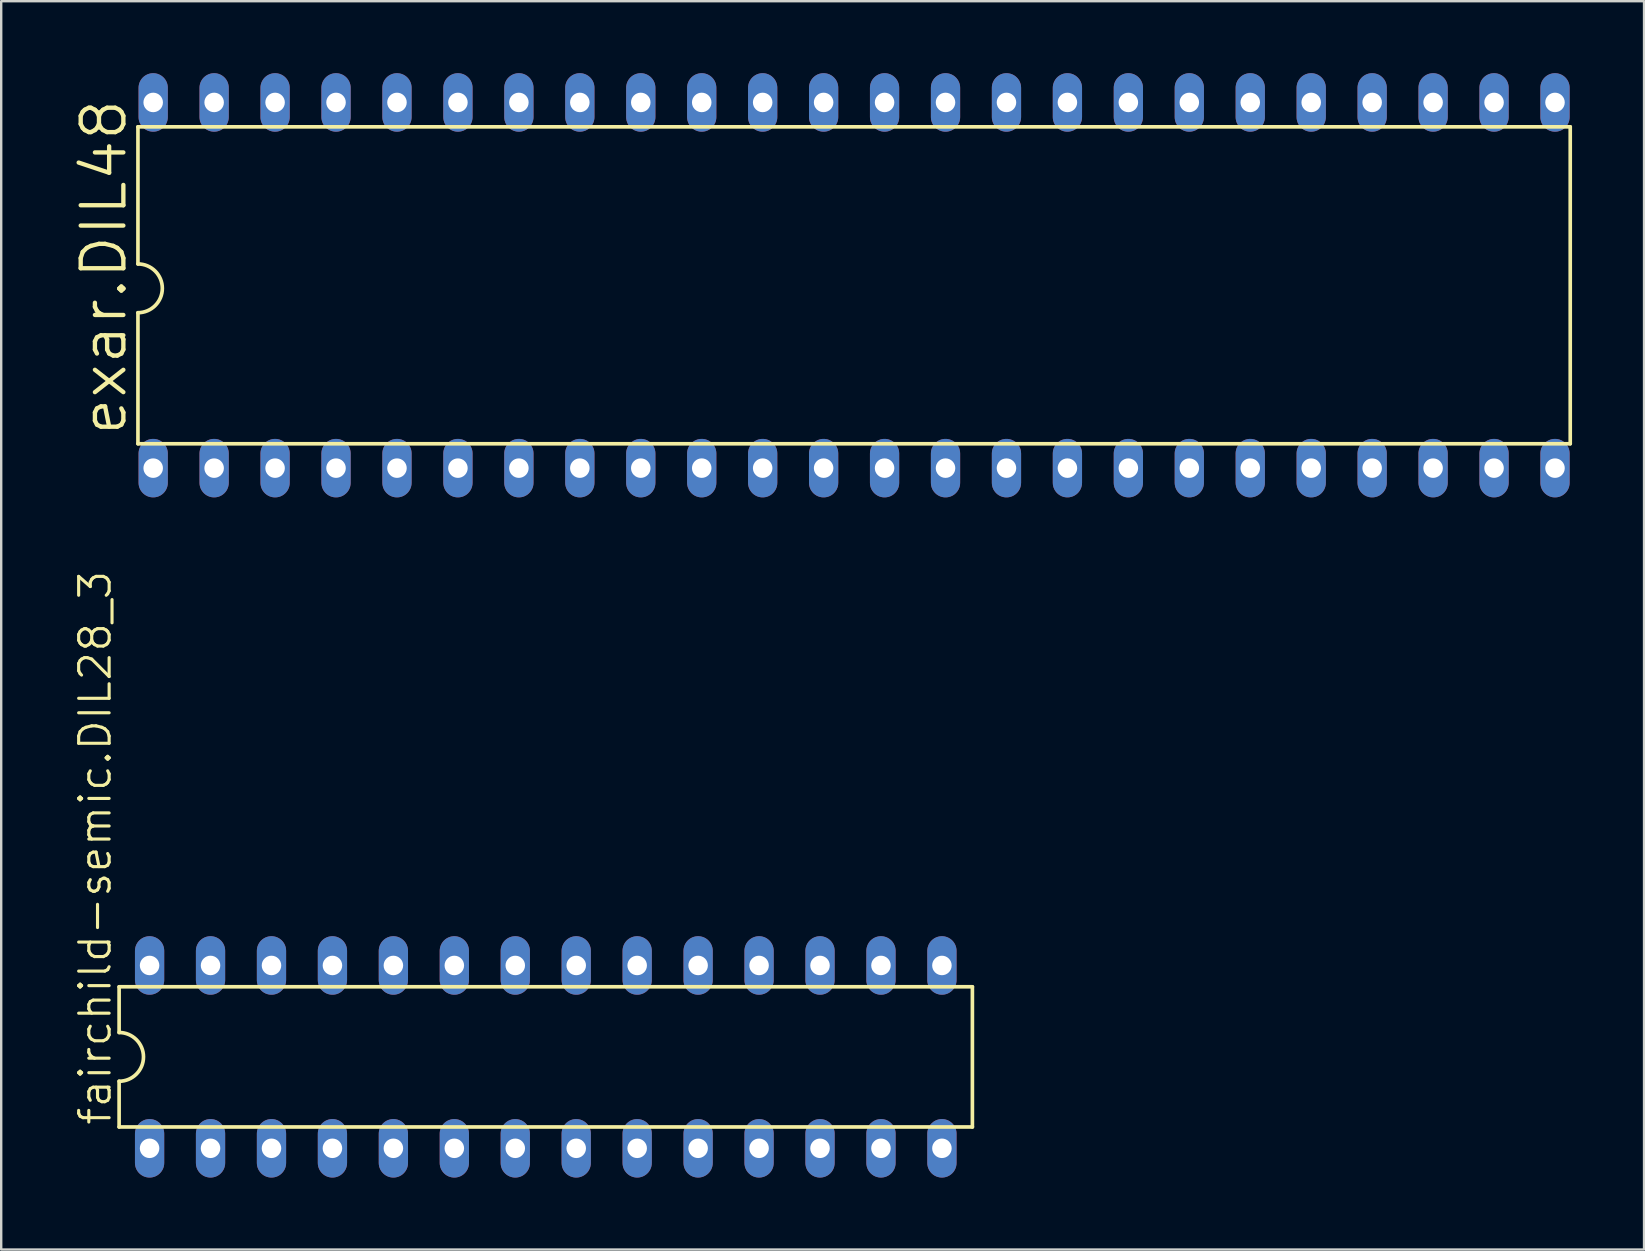
<source format=kicad_pcb>
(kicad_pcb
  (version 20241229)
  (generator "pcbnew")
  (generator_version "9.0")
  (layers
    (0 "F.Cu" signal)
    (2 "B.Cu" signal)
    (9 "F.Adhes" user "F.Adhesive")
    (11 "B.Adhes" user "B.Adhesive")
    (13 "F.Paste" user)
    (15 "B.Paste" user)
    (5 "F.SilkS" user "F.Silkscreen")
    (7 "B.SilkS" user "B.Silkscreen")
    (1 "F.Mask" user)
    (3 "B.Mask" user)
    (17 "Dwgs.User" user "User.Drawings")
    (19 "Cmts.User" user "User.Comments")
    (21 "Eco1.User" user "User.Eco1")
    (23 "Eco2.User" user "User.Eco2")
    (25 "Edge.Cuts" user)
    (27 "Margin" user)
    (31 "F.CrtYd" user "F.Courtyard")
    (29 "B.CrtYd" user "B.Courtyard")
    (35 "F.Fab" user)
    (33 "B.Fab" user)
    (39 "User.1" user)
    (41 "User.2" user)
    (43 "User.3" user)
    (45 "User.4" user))
  (footprint "exar.DIL48"
    (layer "F.Cu")
    (at 32.544 8.839)
    (property "Reference" "exar.DIL48" (at -30.226 6.35 90) (layer "F.SilkS") (effects (font (size 1.778 1.778) (thickness 0.18)) (justify left bottom)))
    (attr through_hole)
    (fp_line (start -29.845 -6.604) (end -29.845 -0.889) (stroke (width 0.152) (type default)) (layer "F.SilkS"))
    (fp_line (start -29.845 6.604) (end -29.845 1.143) (stroke (width 0.152) (type default)) (layer "F.SilkS"))
    (fp_line (start -29.845 6.604) (end 29.845 6.604) (stroke (width 0.152) (type default)) (layer "F.SilkS"))
    (fp_line (start 29.845 -6.604) (end -29.845 -6.604) (stroke (width 0.152) (type default)) (layer "F.SilkS"))
    (fp_line (start 29.845 6.604) (end 29.845 -6.604) (stroke (width 0.152) (type default)) (layer "F.SilkS"))
    (fp_arc (start -29.845 -0.889) (mid -28.829 0.127) (end -29.845 1.143) (stroke (width 0.1524) (type default)) (layer "F.SilkS"))
    (pad "1" thru_hole oval (at -29.21 7.62 90) (size 2.438 1.219) (drill 0.813) (layers "*.Cu" "*.Mask"))
    (pad "2" thru_hole oval (at -26.67 7.62 90) (size 2.438 1.219) (drill 0.813) (layers "*.Cu" "*.Mask"))
    (pad "3" thru_hole oval (at -24.13 7.62 90) (size 2.438 1.219) (drill 0.813) (layers "*.Cu" "*.Mask"))
    (pad "4" thru_hole oval (at -21.59 7.62 90) (size 2.438 1.219) (drill 0.813) (layers "*.Cu" "*.Mask"))
    (pad "5" thru_hole oval (at -19.05 7.62 90) (size 2.438 1.219) (drill 0.813) (layers "*.Cu" "*.Mask"))
    (pad "6" thru_hole oval (at -16.51 7.62 90) (size 2.438 1.219) (drill 0.813) (layers "*.Cu" "*.Mask"))
    (pad "7" thru_hole oval (at -13.97 7.62 90) (size 2.438 1.219) (drill 0.813) (layers "*.Cu" "*.Mask"))
    (pad "8" thru_hole oval (at -11.43 7.62 90) (size 2.438 1.219) (drill 0.813) (layers "*.Cu" "*.Mask"))
    (pad "9" thru_hole oval (at -8.89 7.62 90) (size 2.438 1.219) (drill 0.813) (layers "*.Cu" "*.Mask"))
    (pad "10" thru_hole oval (at -6.35 7.62 90) (size 2.438 1.219) (drill 0.813) (layers "*.Cu" "*.Mask"))
    (pad "11" thru_hole oval (at -3.81 7.62 90) (size 2.438 1.219) (drill 0.813) (layers "*.Cu" "*.Mask"))
    (pad "12" thru_hole oval (at -1.27 7.62 90) (size 2.438 1.219) (drill 0.813) (layers "*.Cu" "*.Mask"))
    (pad "13" thru_hole oval (at 1.27 7.62 90) (size 2.438 1.219) (drill 0.813) (layers "*.Cu" "*.Mask"))
    (pad "14" thru_hole oval (at 3.81 7.62 90) (size 2.438 1.219) (drill 0.813) (layers "*.Cu" "*.Mask"))
    (pad "15" thru_hole oval (at 6.35 7.62 90) (size 2.438 1.219) (drill 0.813) (layers "*.Cu" "*.Mask"))
    (pad "16" thru_hole oval (at 8.89 7.62 90) (size 2.438 1.219) (drill 0.813) (layers "*.Cu" "*.Mask"))
    (pad "17" thru_hole oval (at 11.43 7.62 90) (size 2.438 1.219) (drill 0.813) (layers "*.Cu" "*.Mask"))
    (pad "18" thru_hole oval (at 13.97 7.62 90) (size 2.438 1.219) (drill 0.813) (layers "*.Cu" "*.Mask"))
    (pad "19" thru_hole oval (at 16.51 7.62 90) (size 2.438 1.219) (drill 0.813) (layers "*.Cu" "*.Mask"))
    (pad "20" thru_hole oval (at 19.05 7.62 90) (size 2.438 1.219) (drill 0.813) (layers "*.Cu" "*.Mask"))
    (pad "21" thru_hole oval (at 21.59 7.62 90) (size 2.438 1.219) (drill 0.813) (layers "*.Cu" "*.Mask"))
    (pad "22" thru_hole oval (at 24.13 7.62 90) (size 2.438 1.219) (drill 0.813) (layers "*.Cu" "*.Mask"))
    (pad "23" thru_hole oval (at 26.67 7.62 90) (size 2.438 1.219) (drill 0.813) (layers "*.Cu" "*.Mask"))
    (pad "24" thru_hole oval (at 29.21 7.62 90) (size 2.438 1.219) (drill 0.813) (layers "*.Cu" "*.Mask"))
    (pad "25" thru_hole oval (at 29.21 -7.62 90) (size 2.438 1.219) (drill 0.813) (layers "*.Cu" "*.Mask"))
    (pad "26" thru_hole oval (at 26.67 -7.62 90) (size 2.438 1.219) (drill 0.813) (layers "*.Cu" "*.Mask"))
    (pad "27" thru_hole oval (at 24.13 -7.62 90) (size 2.438 1.219) (drill 0.813) (layers "*.Cu" "*.Mask"))
    (pad "28" thru_hole oval (at 21.59 -7.62 90) (size 2.438 1.219) (drill 0.813) (layers "*.Cu" "*.Mask"))
    (pad "29" thru_hole oval (at 19.05 -7.62 90) (size 2.438 1.219) (drill 0.813) (layers "*.Cu" "*.Mask"))
    (pad "30" thru_hole oval (at 16.51 -7.62 90) (size 2.438 1.219) (drill 0.813) (layers "*.Cu" "*.Mask"))
    (pad "31" thru_hole oval (at 13.97 -7.62 90) (size 2.438 1.219) (drill 0.813) (layers "*.Cu" "*.Mask"))
    (pad "32" thru_hole oval (at 11.43 -7.62 90) (size 2.438 1.219) (drill 0.813) (layers "*.Cu" "*.Mask"))
    (pad "33" thru_hole oval (at 8.89 -7.62 90) (size 2.438 1.219) (drill 0.813) (layers "*.Cu" "*.Mask"))
    (pad "34" thru_hole oval (at 6.35 -7.62 90) (size 2.438 1.219) (drill 0.813) (layers "*.Cu" "*.Mask"))
    (pad "35" thru_hole oval (at 3.81 -7.62 90) (size 2.438 1.219) (drill 0.813) (layers "*.Cu" "*.Mask"))
    (pad "36" thru_hole oval (at 1.27 -7.62 90) (size 2.438 1.219) (drill 0.813) (layers "*.Cu" "*.Mask"))
    (pad "37" thru_hole oval (at -1.27 -7.62 90) (size 2.438 1.219) (drill 0.813) (layers "*.Cu" "*.Mask"))
    (pad "38" thru_hole oval (at -3.81 -7.62 90) (size 2.438 1.219) (drill 0.813) (layers "*.Cu" "*.Mask"))
    (pad "39" thru_hole oval (at -6.35 -7.62 90) (size 2.438 1.219) (drill 0.813) (layers "*.Cu" "*.Mask"))
    (pad "40" thru_hole oval (at -8.89 -7.62 90) (size 2.438 1.219) (drill 0.813) (layers "*.Cu" "*.Mask"))
    (pad "41" thru_hole oval (at -11.43 -7.62 90) (size 2.438 1.219) (drill 0.813) (layers "*.Cu" "*.Mask"))
    (pad "42" thru_hole oval (at -13.97 -7.62 90) (size 2.438 1.219) (drill 0.813) (layers "*.Cu" "*.Mask"))
    (pad "43" thru_hole oval (at -16.51 -7.62 90) (size 2.438 1.219) (drill 0.813) (layers "*.Cu" "*.Mask"))
    (pad "44" thru_hole oval (at -19.05 -7.62 90) (size 2.438 1.219) (drill 0.813) (layers "*.Cu" "*.Mask"))
    (pad "45" thru_hole oval (at -21.59 -7.62 90) (size 2.438 1.219) (drill 0.813) (layers "*.Cu" "*.Mask"))
    (pad "46" thru_hole oval (at -24.13 -7.62 90) (size 2.438 1.219) (drill 0.813) (layers "*.Cu" "*.Mask"))
    (pad "47" thru_hole oval (at -26.67 -7.62 90) (size 2.438 1.219) (drill 0.813) (layers "*.Cu" "*.Mask"))
    (pad "48" thru_hole oval (at -29.21 -7.62 90) (size 2.438 1.219) (drill 0.813) (layers "*.Cu" "*.Mask")))
  (footprint "fairchild-semic.DIL28_3"
    (layer "F.Cu")
    (at 19.694 40.995)
    (property "Reference" "fairchild-semic.DIL28_3" (at -18.034 2.921 90) (layer "F.SilkS") (effects (font (size 1.27 1.27) (thickness 0.13)) (justify left bottom)))
    (attr through_hole)
    (fp_line (start -17.78 -2.921) (end -17.78 -1.016) (stroke (width 0.152) (type default)) (layer "F.SilkS"))
    (fp_line (start -17.78 2.921) (end -17.78 1.016) (stroke (width 0.152) (type default)) (layer "F.SilkS"))
    (fp_line (start -17.78 2.921) (end 17.78 2.921) (stroke (width 0.152) (type default)) (layer "F.SilkS"))
    (fp_line (start 17.78 -2.921) (end -17.78 -2.921) (stroke (width 0.152) (type default)) (layer "F.SilkS"))
    (fp_line (start 17.78 -2.921) (end 17.78 2.921) (stroke (width 0.152) (type default)) (layer "F.SilkS"))
    (fp_arc (start -17.78 -1.016) (mid -16.764 0) (end -17.78 1.016) (stroke (width 0.1524) (type default)) (layer "F.SilkS"))
    (pad "1" thru_hole oval (at -16.51 3.81 90) (size 2.438 1.219) (drill 0.813) (layers "*.Cu" "*.Mask"))
    (pad "2" thru_hole oval (at -13.97 3.81 90) (size 2.438 1.219) (drill 0.813) (layers "*.Cu" "*.Mask"))
    (pad "3" thru_hole oval (at -11.43 3.81 90) (size 2.438 1.219) (drill 0.813) (layers "*.Cu" "*.Mask"))
    (pad "4" thru_hole oval (at -8.89 3.81 90) (size 2.438 1.219) (drill 0.813) (layers "*.Cu" "*.Mask"))
    (pad "5" thru_hole oval (at -6.35 3.81 90) (size 2.438 1.219) (drill 0.813) (layers "*.Cu" "*.Mask"))
    (pad "6" thru_hole oval (at -3.81 3.81 90) (size 2.438 1.219) (drill 0.813) (layers "*.Cu" "*.Mask"))
    (pad "7" thru_hole oval (at -1.27 3.81 90) (size 2.438 1.219) (drill 0.813) (layers "*.Cu" "*.Mask"))
    (pad "8" thru_hole oval (at 1.27 3.81 90) (size 2.438 1.219) (drill 0.813) (layers "*.Cu" "*.Mask"))
    (pad "9" thru_hole oval (at 3.81 3.81 90) (size 2.438 1.219) (drill 0.813) (layers "*.Cu" "*.Mask"))
    (pad "10" thru_hole oval (at 6.35 3.81 90) (size 2.438 1.219) (drill 0.813) (layers "*.Cu" "*.Mask"))
    (pad "11" thru_hole oval (at 8.89 3.81 90) (size 2.438 1.219) (drill 0.813) (layers "*.Cu" "*.Mask"))
    (pad "12" thru_hole oval (at 11.43 3.81 90) (size 2.438 1.219) (drill 0.813) (layers "*.Cu" "*.Mask"))
    (pad "13" thru_hole oval (at 13.97 3.81 90) (size 2.438 1.219) (drill 0.813) (layers "*.Cu" "*.Mask"))
    (pad "14" thru_hole oval (at 16.51 3.81 90) (size 2.438 1.219) (drill 0.813) (layers "*.Cu" "*.Mask"))
    (pad "15" thru_hole oval (at 16.51 -3.81 90) (size 2.438 1.219) (drill 0.813) (layers "*.Cu" "*.Mask"))
    (pad "16" thru_hole oval (at 13.97 -3.81 90) (size 2.438 1.219) (drill 0.813) (layers "*.Cu" "*.Mask"))
    (pad "17" thru_hole oval (at 11.43 -3.81 90) (size 2.438 1.219) (drill 0.813) (layers "*.Cu" "*.Mask"))
    (pad "18" thru_hole oval (at 8.89 -3.81 90) (size 2.438 1.219) (drill 0.813) (layers "*.Cu" "*.Mask"))
    (pad "19" thru_hole oval (at 6.35 -3.81 90) (size 2.438 1.219) (drill 0.813) (layers "*.Cu" "*.Mask"))
    (pad "20" thru_hole oval (at 3.81 -3.81 90) (size 2.438 1.219) (drill 0.813) (layers "*.Cu" "*.Mask"))
    (pad "21" thru_hole oval (at 1.27 -3.81 90) (size 2.438 1.219) (drill 0.813) (layers "*.Cu" "*.Mask"))
    (pad "22" thru_hole oval (at -1.27 -3.81 90) (size 2.438 1.219) (drill 0.813) (layers "*.Cu" "*.Mask"))
    (pad "23" thru_hole oval (at -3.81 -3.81 90) (size 2.438 1.219) (drill 0.813) (layers "*.Cu" "*.Mask"))
    (pad "24" thru_hole oval (at -6.35 -3.81 90) (size 2.438 1.219) (drill 0.813) (layers "*.Cu" "*.Mask"))
    (pad "25" thru_hole oval (at -8.89 -3.81 90) (size 2.438 1.219) (drill 0.813) (layers "*.Cu" "*.Mask"))
    (pad "26" thru_hole oval (at -11.43 -3.81 90) (size 2.438 1.219) (drill 0.813) (layers "*.Cu" "*.Mask"))
    (pad "27" thru_hole oval (at -13.97 -3.81 90) (size 2.438 1.219) (drill 0.813) (layers "*.Cu" "*.Mask"))
    (pad "28" thru_hole oval (at -16.51 -3.81 90) (size 2.438 1.219) (drill 0.813) (layers "*.Cu" "*.Mask")))
  (gr_rect
    (start -3 -3)
    (end 65.465 49.025)
    (stroke (width 0.1) (type default))
    (fill no)
    (layer "Edge.Cuts")))
</source>
